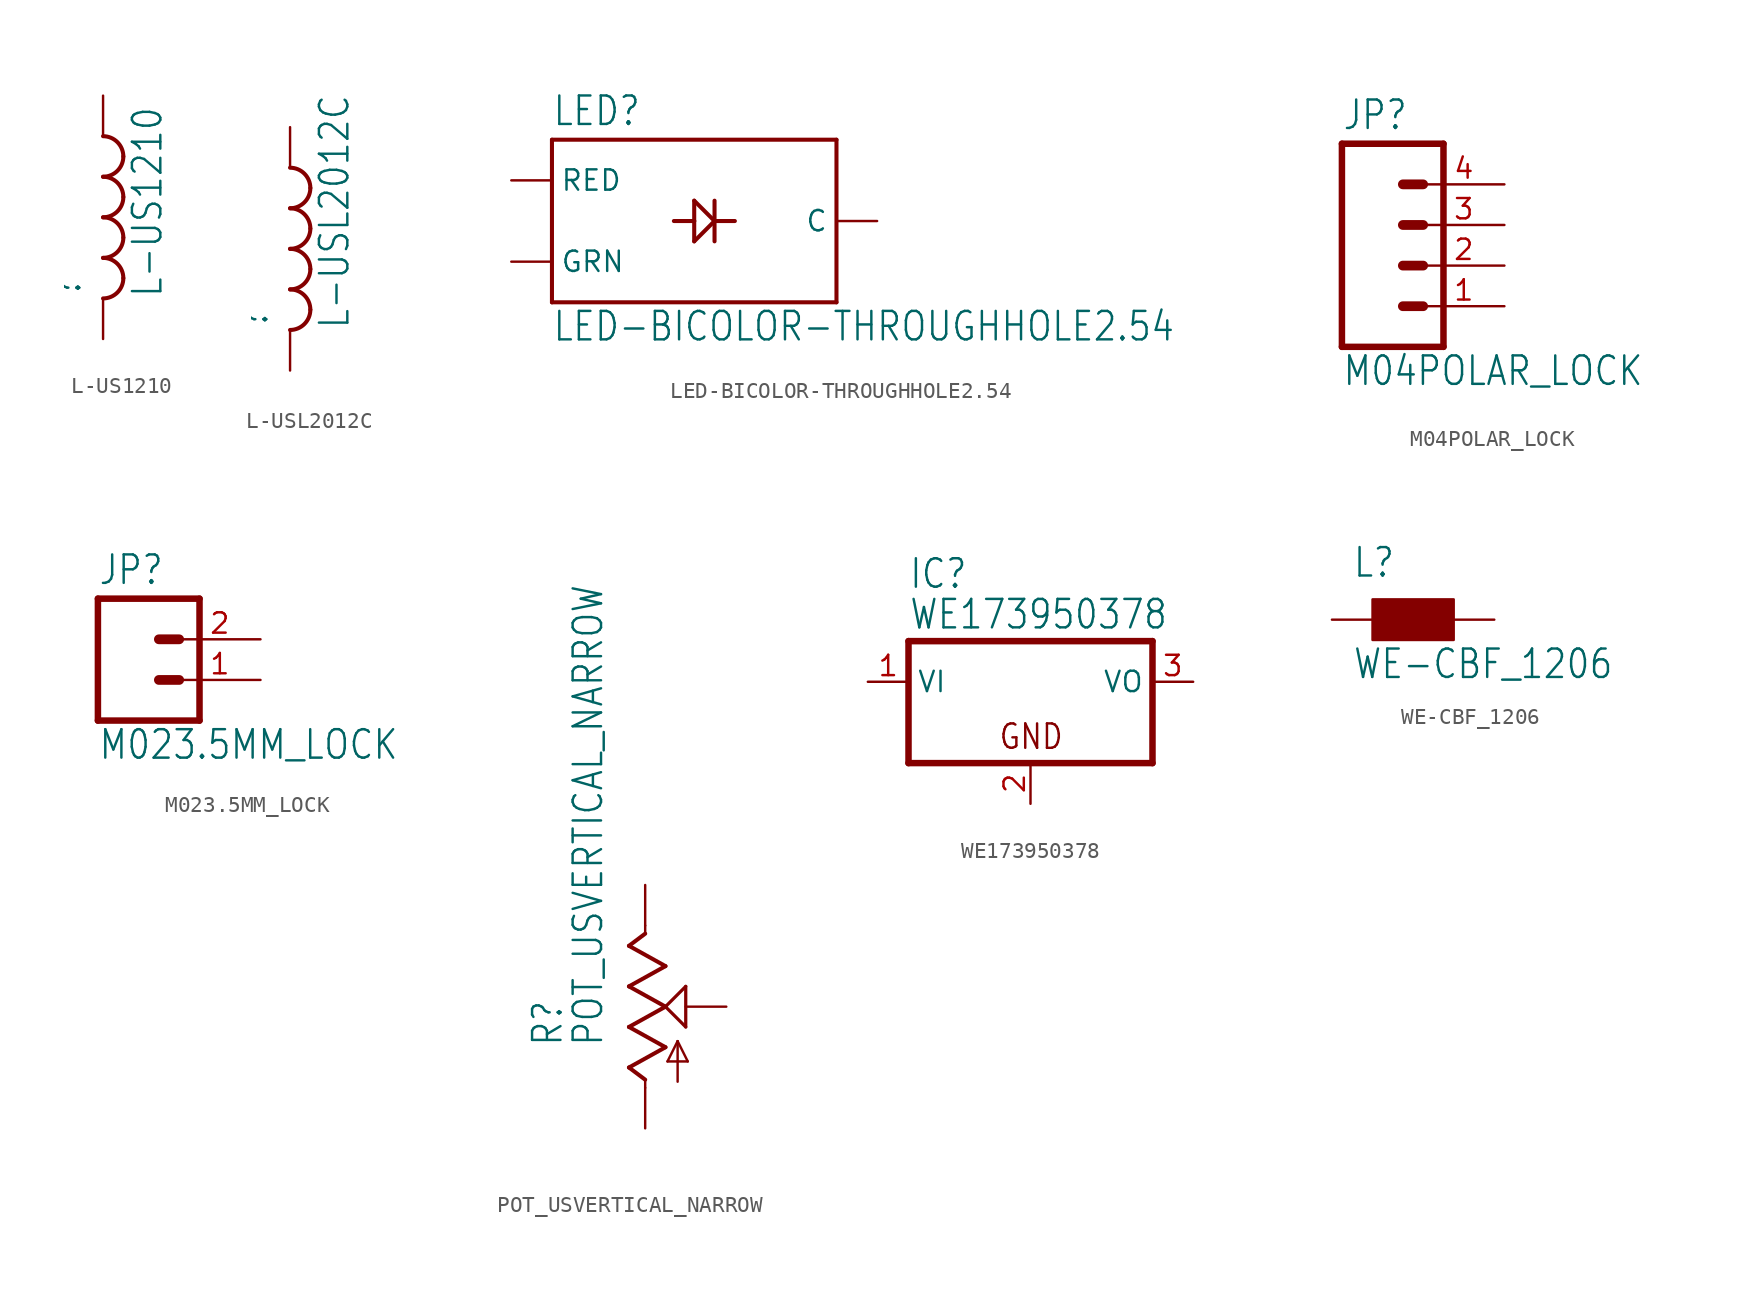
<source format=kicad_sym>
(kicad_symbol_lib
  (version 20211014)
  (generator kicad_symbol_editor)
  (symbol "L-US1210"
    (property "Reference" ""
      (at -1.27 -5.08 90)
      (effects (font (size 1.778 1.511)) (justify left bottom)))
    (property "Value" "L-US1210"
      (at 3.81 -5.08 90)
      (effects (font (size 1.778 1.511)) (justify left bottom)))
    (property "ki_locked" ""
      (at 0 0 0)
      (effects (font (size 1.27 1.27))))
    (symbol "L-US1210_1_0"
      (arc (start 0 -5.08) (mid 0.898 -4.708) (end 1.27 -3.81) (stroke (width 0.254) (type default) (color 0 0 0 0)) (fill (type none)))
      (arc (start 0 -2.54) (mid 0.898 -2.168) (end 1.27 -1.27) (stroke (width 0.254) (type default) (color 0 0 0 0)) (fill (type none)))
      (arc (start 0 0) (mid 0.898 0.372) (end 1.27 1.27) (stroke (width 0.254) (type default) (color 0 0 0 0)) (fill (type none)))
      (arc (start 0 2.54) (mid 0.898 2.912) (end 1.27 3.81) (stroke (width 0.254) (type default) (color 0 0 0 0)) (fill (type none)))
      (arc (start 1.27 -3.81) (mid 0.898 -2.912) (end 0 -2.54) (stroke (width 0.254) (type default) (color 0 0 0 0)) (fill (type none)))
      (arc (start 1.27 -1.27) (mid 0.898 -0.372) (end 0 0) (stroke (width 0.254) (type default) (color 0 0 0 0)) (fill (type none)))
      (arc (start 1.27 1.27) (mid 0.898 2.168) (end 0 2.54) (stroke (width 0.254) (type default) (color 0 0 0 0)) (fill (type none)))
      (arc (start 1.27 3.81) (mid 0.898 4.708) (end 0 5.08) (stroke (width 0.254) (type default) (color 0 0 0 0)) (fill (type none)))
      (pin passive line (at 0 7.62 270) (length 2.54) (name "1" (effects (font (size 0 0)))) (number "1" (effects (font (size 0 0)))))
      (pin passive line (at 0 -7.62 90) (length 2.54) (name "2" (effects (font (size 0 0)))) (number "2" (effects (font (size 0 0)))))))
  (symbol "L-USL2012C"
    (property "Reference" ""
      (at -1.27 -5.08 90)
      (effects (font (size 1.778 1.511)) (justify left bottom)))
    (property "Value" "L-USL2012C"
      (at 3.81 -5.08 90)
      (effects (font (size 1.778 1.511)) (justify left bottom)))
    (property "ki_locked" ""
      (at 0 0 0)
      (effects (font (size 1.27 1.27))))
    (symbol "L-USL2012C_1_0"
      (arc (start 0 -5.08) (mid 0.898 -4.708) (end 1.27 -3.81) (stroke (width 0.254) (type default) (color 0 0 0 0)) (fill (type none)))
      (arc (start 0 -2.54) (mid 0.898 -2.168) (end 1.27 -1.27) (stroke (width 0.254) (type default) (color 0 0 0 0)) (fill (type none)))
      (arc (start 0 0) (mid 0.898 0.372) (end 1.27 1.27) (stroke (width 0.254) (type default) (color 0 0 0 0)) (fill (type none)))
      (arc (start 0 2.54) (mid 0.898 2.912) (end 1.27 3.81) (stroke (width 0.254) (type default) (color 0 0 0 0)) (fill (type none)))
      (arc (start 1.27 -3.81) (mid 0.898 -2.912) (end 0 -2.54) (stroke (width 0.254) (type default) (color 0 0 0 0)) (fill (type none)))
      (arc (start 1.27 -1.27) (mid 0.898 -0.372) (end 0 0) (stroke (width 0.254) (type default) (color 0 0 0 0)) (fill (type none)))
      (arc (start 1.27 1.27) (mid 0.898 2.168) (end 0 2.54) (stroke (width 0.254) (type default) (color 0 0 0 0)) (fill (type none)))
      (arc (start 1.27 3.81) (mid 0.898 4.708) (end 0 5.08) (stroke (width 0.254) (type default) (color 0 0 0 0)) (fill (type none)))
      (pin passive line (at 0 7.62 270) (length 2.54) (name "1" (effects (font (size 0 0)))) (number "1" (effects (font (size 0 0)))))
      (pin passive line (at 0 -7.62 90) (length 2.54) (name "2" (effects (font (size 0 0)))) (number "2" (effects (font (size 0 0)))))))
  (symbol "LED-BICOLOR-THROUGHHOLE2.54"
    (property "Reference" "LED"
      (at -7.62 5.842 0)
      (effects (font (size 1.778 1.511)) (justify left bottom)))
    (property "Value" "LED-BICOLOR-THROUGHHOLE2.54"
      (at -7.62 -7.62 0)
      (effects (font (size 1.778 1.511)) (justify left bottom)))
    (property "ki_locked" ""
      (at 0 0 0)
      (effects (font (size 1.27 1.27))))
    (symbol "LED-BICOLOR-THROUGHHOLE2.54_1_0"
      (polyline (pts (xy -7.62 -5.08) (xy -7.62 5.08)) (stroke (width 0.254) (type default) (color 0 0 0 0)) (fill (type none)))
      (polyline (pts (xy -7.62 5.08) (xy 10.16 5.08)) (stroke (width 0.254) (type default) (color 0 0 0 0)) (fill (type none)))
      (polyline (pts (xy 1.27 -1.27) (xy 2.54 0)) (stroke (width 0.254) (type default) (color 0 0 0 0)) (fill (type none)))
      (polyline (pts (xy 1.27 0) (xy 0 0)) (stroke (width 0.254) (type default) (color 0 0 0 0)) (fill (type none)))
      (polyline (pts (xy 1.27 0) (xy 1.27 -1.27)) (stroke (width 0.254) (type default) (color 0 0 0 0)) (fill (type none)))
      (polyline (pts (xy 1.27 1.27) (xy 1.27 0)) (stroke (width 0.254) (type default) (color 0 0 0 0)) (fill (type none)))
      (polyline (pts (xy 2.54 0) (xy 1.27 1.27)) (stroke (width 0.254) (type default) (color 0 0 0 0)) (fill (type none)))
      (polyline (pts (xy 2.54 0) (xy 2.54 -1.27)) (stroke (width 0.254) (type default) (color 0 0 0 0)) (fill (type none)))
      (polyline (pts (xy 2.54 0) (xy 3.81 0)) (stroke (width 0.254) (type default) (color 0 0 0 0)) (fill (type none)))
      (polyline (pts (xy 2.54 1.27) (xy 2.54 0)) (stroke (width 0.254) (type default) (color 0 0 0 0)) (fill (type none)))
      (polyline (pts (xy 10.16 -5.08) (xy -7.62 -5.08)) (stroke (width 0.254) (type default) (color 0 0 0 0)) (fill (type none)))
      (polyline (pts (xy 10.16 5.08) (xy 10.16 -5.08)) (stroke (width 0.254) (type default) (color 0 0 0 0)) (fill (type none)))
      (pin bidirectional line (at -10.16 -2.54 0) (length 2.54) (name "GRN" (effects (font (size 1.27 1.27)))) (number "1" (effects (font (size 0 0)))))
      (pin bidirectional line (at 12.7 0 180) (length 2.54) (name "C" (effects (font (size 1.27 1.27)))) (number "2" (effects (font (size 0 0)))))
      (pin bidirectional line (at -10.16 2.54 0) (length 2.54) (name "RED" (effects (font (size 1.27 1.27)))) (number "3" (effects (font (size 0 0)))))))
  (symbol "M04POLAR_LOCK"
    (property "Reference" "JP"
      (at -5.08 8.382 0)
      (effects (font (size 1.778 1.511)) (justify left bottom)))
    (property "Value" "M04POLAR_LOCK"
      (at -5.08 -7.62 0)
      (effects (font (size 1.778 1.511)) (justify left bottom)))
    (property "ki_locked" ""
      (at 0 0 0)
      (effects (font (size 1.27 1.27))))
    (symbol "M04POLAR_LOCK_1_0"
      (polyline (pts (xy -5.08 7.62) (xy -5.08 -5.08)) (stroke (width 0.406) (type default) (color 0 0 0 0)) (fill (type none)))
      (polyline (pts (xy -5.08 7.62) (xy 1.27 7.62)) (stroke (width 0.406) (type default) (color 0 0 0 0)) (fill (type none)))
      (polyline (pts (xy -1.27 -2.54) (xy 0 -2.54)) (stroke (width 0.61) (type default) (color 0 0 0 0)) (fill (type none)))
      (polyline (pts (xy -1.27 0) (xy 0 0)) (stroke (width 0.61) (type default) (color 0 0 0 0)) (fill (type none)))
      (polyline (pts (xy -1.27 2.54) (xy 0 2.54)) (stroke (width 0.61) (type default) (color 0 0 0 0)) (fill (type none)))
      (polyline (pts (xy -1.27 5.08) (xy 0 5.08)) (stroke (width 0.61) (type default) (color 0 0 0 0)) (fill (type none)))
      (polyline (pts (xy 1.27 -5.08) (xy -5.08 -5.08)) (stroke (width 0.406) (type default) (color 0 0 0 0)) (fill (type none)))
      (polyline (pts (xy 1.27 -5.08) (xy 1.27 7.62)) (stroke (width 0.406) (type default) (color 0 0 0 0)) (fill (type none)))
      (pin passive line (at 5.08 -2.54 180) (length 5.08) (name "1" (effects (font (size 0 0)))) (number "1" (effects (font (size 1.27 1.27)))))
      (pin passive line (at 5.08 0 180) (length 5.08) (name "2" (effects (font (size 0 0)))) (number "2" (effects (font (size 1.27 1.27)))))
      (pin passive line (at 5.08 2.54 180) (length 5.08) (name "3" (effects (font (size 0 0)))) (number "3" (effects (font (size 1.27 1.27)))))
      (pin passive line (at 5.08 5.08 180) (length 5.08) (name "4" (effects (font (size 0 0)))) (number "4" (effects (font (size 1.27 1.27)))))))
  (symbol "M023.5MM_LOCK"
    (property "Reference" "JP"
      (at -2.54 5.842 0)
      (effects (font (size 1.778 1.511)) (justify left bottom)))
    (property "Value" "M023.5MM_LOCK"
      (at -2.54 -5.08 0)
      (effects (font (size 1.778 1.511)) (justify left bottom)))
    (property "ki_locked" ""
      (at 0 0 0)
      (effects (font (size 1.27 1.27))))
    (symbol "M023.5MM_LOCK_1_0"
      (polyline (pts (xy -2.54 5.08) (xy -2.54 -2.54)) (stroke (width 0.406) (type default) (color 0 0 0 0)) (fill (type none)))
      (polyline (pts (xy -2.54 5.08) (xy 3.81 5.08)) (stroke (width 0.406) (type default) (color 0 0 0 0)) (fill (type none)))
      (polyline (pts (xy 1.27 0) (xy 2.54 0)) (stroke (width 0.61) (type default) (color 0 0 0 0)) (fill (type none)))
      (polyline (pts (xy 1.27 2.54) (xy 2.54 2.54)) (stroke (width 0.61) (type default) (color 0 0 0 0)) (fill (type none)))
      (polyline (pts (xy 3.81 -2.54) (xy -2.54 -2.54)) (stroke (width 0.406) (type default) (color 0 0 0 0)) (fill (type none)))
      (polyline (pts (xy 3.81 -2.54) (xy 3.81 5.08)) (stroke (width 0.406) (type default) (color 0 0 0 0)) (fill (type none)))
      (pin passive line (at 7.62 0 180) (length 5.08) (name "1" (effects (font (size 0 0)))) (number "1" (effects (font (size 1.27 1.27)))))
      (pin passive line (at 7.62 2.54 180) (length 5.08) (name "2" (effects (font (size 0 0)))) (number "2" (effects (font (size 1.27 1.27)))))))
  (symbol "POT_USVERTICAL_NARROW"
    (property "Reference" "R"
      (at -5.08 -2.54 90)
      (effects (font (size 1.778 1.511)) (justify left bottom)))
    (property "Value" "POT_USVERTICAL_NARROW"
      (at -2.54 -2.54 90)
      (effects (font (size 1.778 1.511)) (justify left bottom)))
    (property "ki_locked" ""
      (at 0 0 0)
      (effects (font (size 1.27 1.27))))
    (symbol "POT_USVERTICAL_NARROW_1_0"
      (polyline (pts (xy -1.016 -3.81) (xy 1.27 -2.54)) (stroke (width 0.254) (type default) (color 0 0 0 0)) (fill (type none)))
      (polyline (pts (xy -1.016 -1.27) (xy 1.27 0)) (stroke (width 0.254) (type default) (color 0 0 0 0)) (fill (type none)))
      (polyline (pts (xy -1.016 1.27) (xy 1.27 2.54)) (stroke (width 0.254) (type default) (color 0 0 0 0)) (fill (type none)))
      (polyline (pts (xy -1.016 3.81) (xy 0 4.572)) (stroke (width 0.254) (type default) (color 0 0 0 0)) (fill (type none)))
      (polyline (pts (xy 0 -5.08) (xy 0 -4.572)) (stroke (width 0.152) (type default) (color 0 0 0 0)) (fill (type none)))
      (polyline (pts (xy 0 -4.572) (xy -1.016 -3.81)) (stroke (width 0.254) (type default) (color 0 0 0 0)) (fill (type none)))
      (polyline (pts (xy 0 4.572) (xy 0 5.08)) (stroke (width 0.152) (type default) (color 0 0 0 0)) (fill (type none)))
      (polyline (pts (xy 1.27 -2.54) (xy -1.016 -1.27)) (stroke (width 0.254) (type default) (color 0 0 0 0)) (fill (type none)))
      (polyline (pts (xy 1.27 0) (xy -1.016 1.27)) (stroke (width 0.254) (type default) (color 0 0 0 0)) (fill (type none)))
      (polyline (pts (xy 1.27 0) (xy 2.54 1.27)) (stroke (width 0.203) (type default) (color 0 0 0 0)) (fill (type none)))
      (polyline (pts (xy 1.27 2.54) (xy -1.016 3.81)) (stroke (width 0.254) (type default) (color 0 0 0 0)) (fill (type none)))
      (polyline (pts (xy 1.397 -3.429) (xy 2.032 -2.159)) (stroke (width 0.152) (type default) (color 0 0 0 0)) (fill (type none)))
      (polyline (pts (xy 2.032 -4.699) (xy 2.032 -2.159)) (stroke (width 0.152) (type default) (color 0 0 0 0)) (fill (type none)))
      (polyline (pts (xy 2.032 -2.159) (xy 2.667 -3.429)) (stroke (width 0.152) (type default) (color 0 0 0 0)) (fill (type none)))
      (polyline (pts (xy 2.54 -1.27) (xy 1.27 0)) (stroke (width 0.203) (type default) (color 0 0 0 0)) (fill (type none)))
      (polyline (pts (xy 2.54 1.27) (xy 2.54 -1.27)) (stroke (width 0.203) (type default) (color 0 0 0 0)) (fill (type none)))
      (polyline (pts (xy 2.667 -3.429) (xy 1.397 -3.429)) (stroke (width 0.152) (type default) (color 0 0 0 0)) (fill (type none)))
      (pin passive line (at 0 7.62 270) (length 2.54) (name "E" (effects (font (size 0 0)))) (number "P$1" (effects (font (size 0 0)))))
      (pin passive line (at 5.08 0 180) (length 2.54) (name "S" (effects (font (size 0 0)))) (number "P$2" (effects (font (size 0 0)))))
      (pin passive line (at 0 -7.62 90) (length 2.54) (name "A" (effects (font (size 0 0)))) (number "P$3" (effects (font (size 0 0)))))))
  (symbol "WE173950378"
    (property "Reference" "IC"
      (at -7.62 5.715 0)
      (effects (font (size 1.778 1.511)) (justify left bottom)))
    (property "Value" "WE173950378"
      (at -7.62 3.175 0)
      (effects (font (size 1.778 1.511)) (justify left bottom)))
    (property "ki_locked" ""
      (at 0 0 0)
      (effects (font (size 1.27 1.27))))
    (symbol "WE173950378_1_0"
      (polyline (pts (xy -7.62 -5.08) (xy 7.62 -5.08)) (stroke (width 0.406) (type default) (color 0 0 0 0)) (fill (type none)))
      (polyline (pts (xy -7.62 2.54) (xy -7.62 -5.08)) (stroke (width 0.406) (type default) (color 0 0 0 0)) (fill (type none)))
      (polyline (pts (xy 7.62 -5.08) (xy 7.62 2.54)) (stroke (width 0.406) (type default) (color 0 0 0 0)) (fill (type none)))
      (polyline (pts (xy 7.62 2.54) (xy -7.62 2.54)) (stroke (width 0.406) (type default) (color 0 0 0 0)) (fill (type none)))
      (text "GND" (at -2.032 -4.318 0) (effects (font (size 1.524 1.295)) (justify left bottom)))
      (pin input line (at -10.16 0 0) (length 2.54) (name "VI" (effects (font (size 1.27 1.27)))) (number "1" (effects (font (size 1.27 1.27)))))
      (pin passive line (at 0 -7.62 90) (length 2.54) (name "GND" (effects (font (size 0 0)))) (number "2" (effects (font (size 1.27 1.27)))))
      (pin passive line (at 10.16 0 180) (length 2.54) (name "VO" (effects (font (size 1.27 1.27)))) (number "3" (effects (font (size 1.27 1.27)))))))
  (symbol "WE-CBF_1206"
    (property "Reference" "L"
      (at -3.81 5.08 0)
      (effects (font (size 1.778 1.511)) (justify left bottom)))
    (property "Value" "WE-CBF_1206"
      (at -3.81 -1.27 0)
      (effects (font (size 1.778 1.511)) (justify left bottom)))
    (property "ki_locked" ""
      (at 0 0 0)
      (effects (font (size 1.27 1.27))))
    (symbol "WE-CBF_1206_1_0"
      (rectangle (start -2.54 1.27) (end 2.54 3.81) (stroke (width 0) (type default) (color 0 0 0 0)) (fill (type outline)))
      (pin passive line (at -5.08 2.54 0) (length 2.54) (name "1" (effects (font (size 0 0)))) (number "1" (effects (font (size 0 0)))))
      (pin passive line (at 5.08 2.54 180) (length 2.54) (name "2" (effects (font (size 0 0)))) (number "2" (effects (font (size 0 0))))))))
</source>
